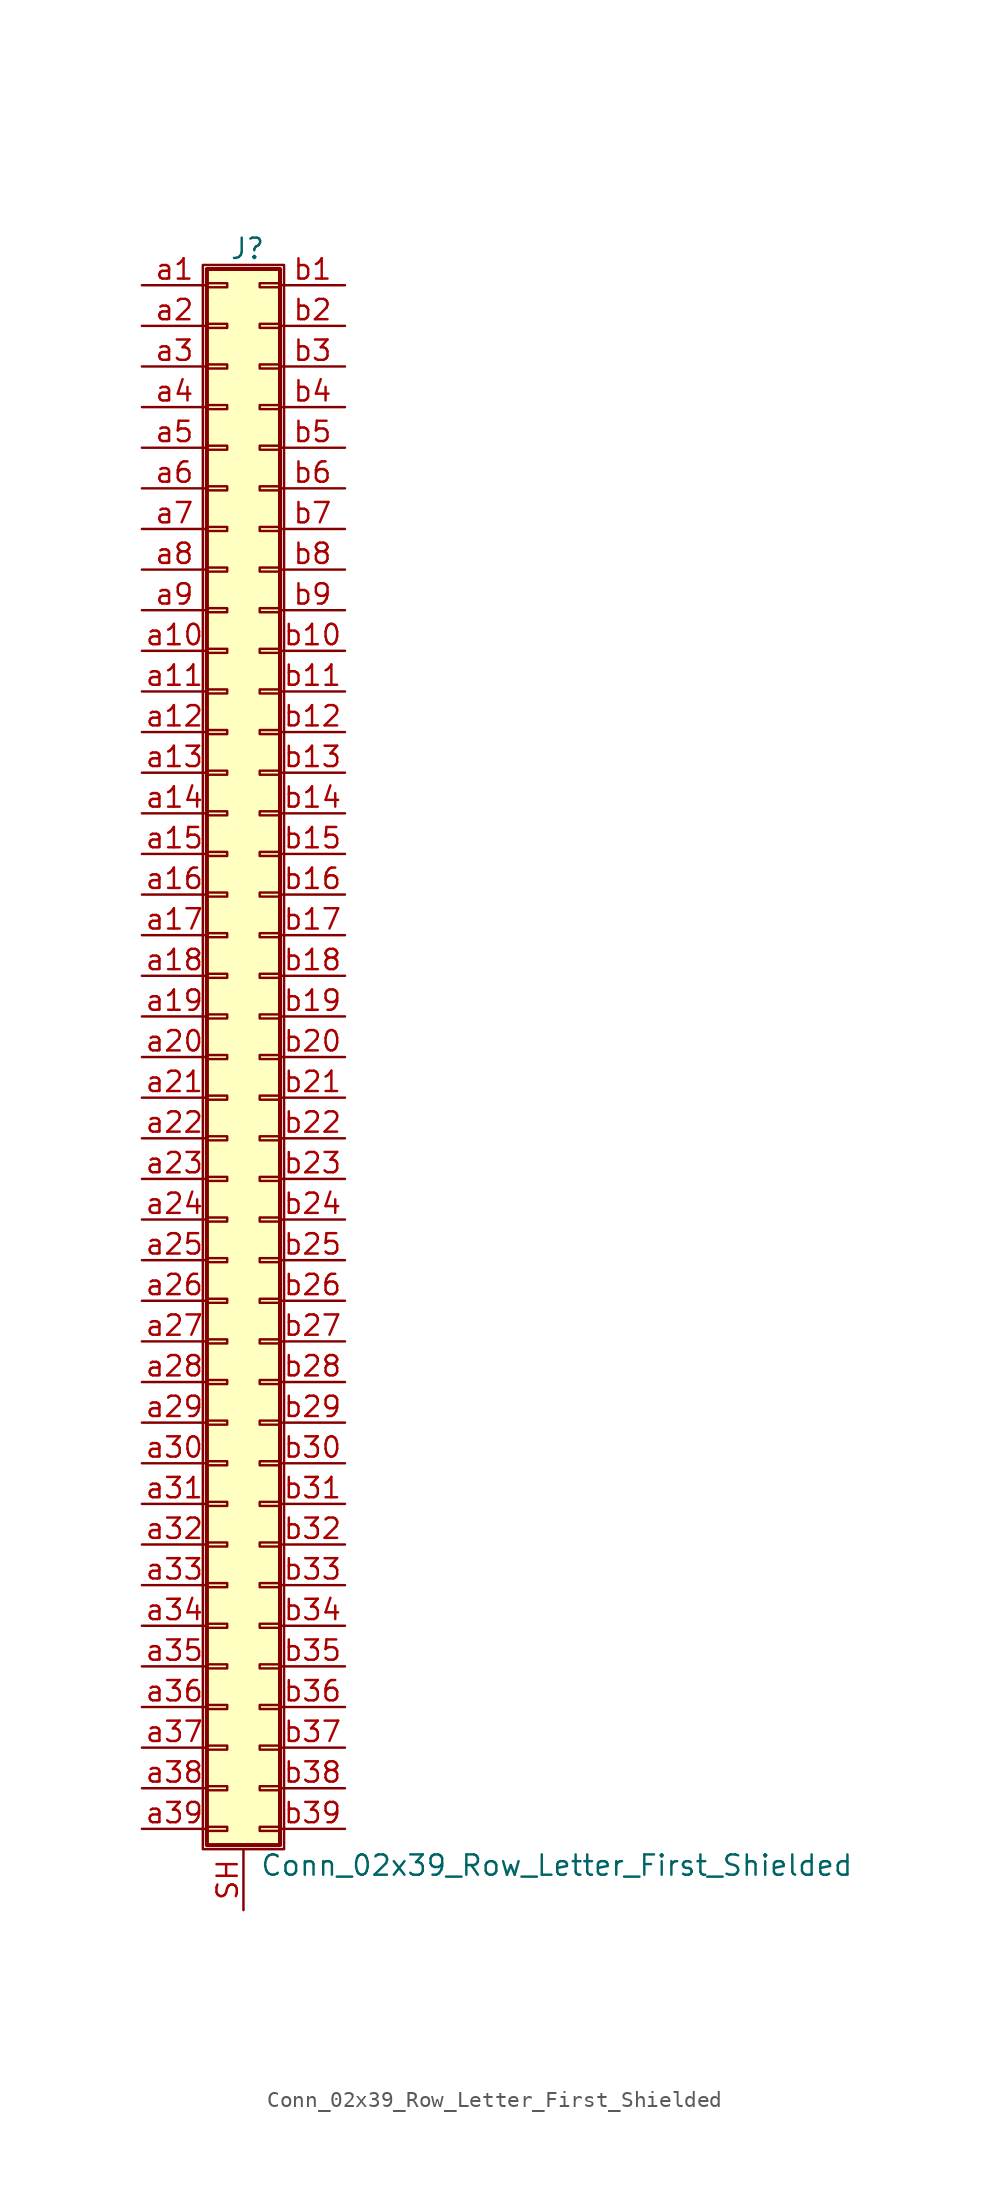
<source format=kicad_sym>
(kicad_symbol_lib
  (version 20201005)
  (generator kicad_symbol_editor)
  (symbol "Conn_02x39_Row_Letter_First_Shielded"
    (pin_names
      (offset 1.016) hide)
    (property "Reference" "J"
      (at 1.524 50.546 0)
      (effects (font (size 1.27 1.27))))
    (property "Value" "Conn_02x39_Row_Letter_First_Shielded"
      (at 2.286 -50.546 0)
      (effects (font (size 1.27 1.27)) (justify left)))
    (symbol "Conn_02x39_Row_Letter_First_Shielded_1_1"
      (rectangle (start -1.27 49.53) (end 3.81 -49.53) (stroke (width 0.152)) (fill (type none)))
      (rectangle (start -1.016 -48.133) (end 0.254 -48.387) (stroke (width 0.152)) (fill (type none)))
      (rectangle (start -1.016 -45.593) (end 0.254 -45.847) (stroke (width 0.152)) (fill (type none)))
      (rectangle (start -1.016 -43.053) (end 0.254 -43.307) (stroke (width 0.152)) (fill (type none)))
      (rectangle (start -1.016 -40.513) (end 0.254 -40.767) (stroke (width 0.152)) (fill (type none)))
      (rectangle (start -1.016 -37.973) (end 0.254 -38.227) (stroke (width 0.152)) (fill (type none)))
      (rectangle (start -1.016 -35.433) (end 0.254 -35.687) (stroke (width 0.152)) (fill (type none)))
      (rectangle (start -1.016 -32.893) (end 0.254 -33.147) (stroke (width 0.152)) (fill (type none)))
      (rectangle (start -1.016 -30.353) (end 0.254 -30.607) (stroke (width 0.152)) (fill (type none)))
      (rectangle (start -1.016 -27.813) (end 0.254 -28.067) (stroke (width 0.152)) (fill (type none)))
      (rectangle (start -1.016 -25.273) (end 0.254 -25.527) (stroke (width 0.152)) (fill (type none)))
      (rectangle (start -1.016 -22.733) (end 0.254 -22.987) (stroke (width 0.152)) (fill (type none)))
      (rectangle (start -1.016 -20.193) (end 0.254 -20.447) (stroke (width 0.152)) (fill (type none)))
      (rectangle (start -1.016 -17.653) (end 0.254 -17.907) (stroke (width 0.152)) (fill (type none)))
      (rectangle (start -1.016 -15.113) (end 0.254 -15.367) (stroke (width 0.152)) (fill (type none)))
      (rectangle (start -1.016 -12.573) (end 0.254 -12.827) (stroke (width 0.152)) (fill (type none)))
      (rectangle (start -1.016 -10.033) (end 0.254 -10.287) (stroke (width 0.152)) (fill (type none)))
      (rectangle (start -1.016 -7.493) (end 0.254 -7.747) (stroke (width 0.152)) (fill (type none)))
      (rectangle (start -1.016 -4.953) (end 0.254 -5.207) (stroke (width 0.152)) (fill (type none)))
      (rectangle (start -1.016 -2.413) (end 0.254 -2.667) (stroke (width 0.152)) (fill (type none)))
      (rectangle (start -1.016 0.127) (end 0.254 -0.127) (stroke (width 0.152)) (fill (type none)))
      (rectangle (start -1.016 2.667) (end 0.254 2.413) (stroke (width 0.152)) (fill (type none)))
      (rectangle (start -1.016 5.207) (end 0.254 4.953) (stroke (width 0.152)) (fill (type none)))
      (rectangle (start -1.016 7.747) (end 0.254 7.493) (stroke (width 0.152)) (fill (type none)))
      (rectangle (start -1.016 10.287) (end 0.254 10.033) (stroke (width 0.152)) (fill (type none)))
      (rectangle (start -1.016 12.827) (end 0.254 12.573) (stroke (width 0.152)) (fill (type none)))
      (rectangle (start -1.016 15.367) (end 0.254 15.113) (stroke (width 0.152)) (fill (type none)))
      (rectangle (start -1.016 17.907) (end 0.254 17.653) (stroke (width 0.152)) (fill (type none)))
      (rectangle (start -1.016 20.447) (end 0.254 20.193) (stroke (width 0.152)) (fill (type none)))
      (rectangle (start -1.016 22.987) (end 0.254 22.733) (stroke (width 0.152)) (fill (type none)))
      (rectangle (start -1.016 25.527) (end 0.254 25.273) (stroke (width 0.152)) (fill (type none)))
      (rectangle (start -1.016 28.067) (end 0.254 27.813) (stroke (width 0.152)) (fill (type none)))
      (rectangle (start -1.016 30.607) (end 0.254 30.353) (stroke (width 0.152)) (fill (type none)))
      (rectangle (start -1.016 33.147) (end 0.254 32.893) (stroke (width 0.152)) (fill (type none)))
      (rectangle (start -1.016 35.687) (end 0.254 35.433) (stroke (width 0.152)) (fill (type none)))
      (rectangle (start -1.016 38.227) (end 0.254 37.973) (stroke (width 0.152)) (fill (type none)))
      (rectangle (start -1.016 40.767) (end 0.254 40.513) (stroke (width 0.152)) (fill (type none)))
      (rectangle (start -1.016 43.307) (end 0.254 43.053) (stroke (width 0.152)) (fill (type none)))
      (rectangle (start -1.016 45.847) (end 0.254 45.593) (stroke (width 0.152)) (fill (type none)))
      (rectangle (start -1.016 48.387) (end 0.254 48.133) (stroke (width 0.152)) (fill (type none)))
      (rectangle (start -1.016 49.276) (end 3.556 -49.276) (stroke (width 0.254)) (fill (type background)))
      (rectangle (start 3.556 -48.133) (end 2.286 -48.387) (stroke (width 0.152)) (fill (type none)))
      (rectangle (start 3.556 -45.593) (end 2.286 -45.847) (stroke (width 0.152)) (fill (type none)))
      (rectangle (start 3.556 -43.053) (end 2.286 -43.307) (stroke (width 0.152)) (fill (type none)))
      (rectangle (start 3.556 -40.513) (end 2.286 -40.767) (stroke (width 0.152)) (fill (type none)))
      (rectangle (start 3.556 -37.973) (end 2.286 -38.227) (stroke (width 0.152)) (fill (type none)))
      (rectangle (start 3.556 -35.433) (end 2.286 -35.687) (stroke (width 0.152)) (fill (type none)))
      (rectangle (start 3.556 -32.893) (end 2.286 -33.147) (stroke (width 0.152)) (fill (type none)))
      (rectangle (start 3.556 -30.353) (end 2.286 -30.607) (stroke (width 0.152)) (fill (type none)))
      (rectangle (start 3.556 -27.813) (end 2.286 -28.067) (stroke (width 0.152)) (fill (type none)))
      (rectangle (start 3.556 -25.273) (end 2.286 -25.527) (stroke (width 0.152)) (fill (type none)))
      (rectangle (start 3.556 -22.733) (end 2.286 -22.987) (stroke (width 0.152)) (fill (type none)))
      (rectangle (start 3.556 -20.193) (end 2.286 -20.447) (stroke (width 0.152)) (fill (type none)))
      (rectangle (start 3.556 -17.653) (end 2.286 -17.907) (stroke (width 0.152)) (fill (type none)))
      (rectangle (start 3.556 -15.113) (end 2.286 -15.367) (stroke (width 0.152)) (fill (type none)))
      (rectangle (start 3.556 -12.573) (end 2.286 -12.827) (stroke (width 0.152)) (fill (type none)))
      (rectangle (start 3.556 -10.033) (end 2.286 -10.287) (stroke (width 0.152)) (fill (type none)))
      (rectangle (start 3.556 -7.493) (end 2.286 -7.747) (stroke (width 0.152)) (fill (type none)))
      (rectangle (start 3.556 -4.953) (end 2.286 -5.207) (stroke (width 0.152)) (fill (type none)))
      (rectangle (start 3.556 -2.413) (end 2.286 -2.667) (stroke (width 0.152)) (fill (type none)))
      (rectangle (start 3.556 0.127) (end 2.286 -0.127) (stroke (width 0.152)) (fill (type none)))
      (rectangle (start 3.556 2.667) (end 2.286 2.413) (stroke (width 0.152)) (fill (type none)))
      (rectangle (start 3.556 5.207) (end 2.286 4.953) (stroke (width 0.152)) (fill (type none)))
      (rectangle (start 3.556 7.747) (end 2.286 7.493) (stroke (width 0.152)) (fill (type none)))
      (rectangle (start 3.556 10.287) (end 2.286 10.033) (stroke (width 0.152)) (fill (type none)))
      (rectangle (start 3.556 12.827) (end 2.286 12.573) (stroke (width 0.152)) (fill (type none)))
      (rectangle (start 3.556 15.367) (end 2.286 15.113) (stroke (width 0.152)) (fill (type none)))
      (rectangle (start 3.556 17.907) (end 2.286 17.653) (stroke (width 0.152)) (fill (type none)))
      (rectangle (start 3.556 20.447) (end 2.286 20.193) (stroke (width 0.152)) (fill (type none)))
      (rectangle (start 3.556 22.987) (end 2.286 22.733) (stroke (width 0.152)) (fill (type none)))
      (rectangle (start 3.556 25.527) (end 2.286 25.273) (stroke (width 0.152)) (fill (type none)))
      (rectangle (start 3.556 28.067) (end 2.286 27.813) (stroke (width 0.152)) (fill (type none)))
      (rectangle (start 3.556 30.607) (end 2.286 30.353) (stroke (width 0.152)) (fill (type none)))
      (rectangle (start 3.556 33.147) (end 2.286 32.893) (stroke (width 0.152)) (fill (type none)))
      (rectangle (start 3.556 35.687) (end 2.286 35.433) (stroke (width 0.152)) (fill (type none)))
      (rectangle (start 3.556 38.227) (end 2.286 37.973) (stroke (width 0.152)) (fill (type none)))
      (rectangle (start 3.556 40.767) (end 2.286 40.513) (stroke (width 0.152)) (fill (type none)))
      (rectangle (start 3.556 43.307) (end 2.286 43.053) (stroke (width 0.152)) (fill (type none)))
      (rectangle (start 3.556 45.847) (end 2.286 45.593) (stroke (width 0.152)) (fill (type none)))
      (rectangle (start 3.556 48.387) (end 2.286 48.133) (stroke (width 0.152)) (fill (type none)))
      (pin passive line (at 1.27 -53.34 90) (length 3.81) (name "Shield" (effects (font (size 1.27 1.27)))) (number "SH" (effects (font (size 1.27 1.27)))))
      (pin passive line (at -5.08 48.26 0) (length 4.064) (name "Pin_a1" (effects (font (size 1.27 1.27)))) (number "a1" (effects (font (size 1.27 1.27)))))
      (pin passive line (at -5.08 25.4 0) (length 4.064) (name "Pin_a10" (effects (font (size 1.27 1.27)))) (number "a10" (effects (font (size 1.27 1.27)))))
      (pin passive line (at -5.08 22.86 0) (length 4.064) (name "Pin_a11" (effects (font (size 1.27 1.27)))) (number "a11" (effects (font (size 1.27 1.27)))))
      (pin passive line (at -5.08 20.32 0) (length 4.064) (name "Pin_a12" (effects (font (size 1.27 1.27)))) (number "a12" (effects (font (size 1.27 1.27)))))
      (pin passive line (at -5.08 17.78 0) (length 4.064) (name "Pin_a13" (effects (font (size 1.27 1.27)))) (number "a13" (effects (font (size 1.27 1.27)))))
      (pin passive line (at -5.08 15.24 0) (length 4.064) (name "Pin_a14" (effects (font (size 1.27 1.27)))) (number "a14" (effects (font (size 1.27 1.27)))))
      (pin passive line (at -5.08 12.7 0) (length 4.064) (name "Pin_a15" (effects (font (size 1.27 1.27)))) (number "a15" (effects (font (size 1.27 1.27)))))
      (pin passive line (at -5.08 10.16 0) (length 4.064) (name "Pin_a16" (effects (font (size 1.27 1.27)))) (number "a16" (effects (font (size 1.27 1.27)))))
      (pin passive line (at -5.08 7.62 0) (length 4.064) (name "Pin_a17" (effects (font (size 1.27 1.27)))) (number "a17" (effects (font (size 1.27 1.27)))))
      (pin passive line (at -5.08 5.08 0) (length 4.064) (name "Pin_a18" (effects (font (size 1.27 1.27)))) (number "a18" (effects (font (size 1.27 1.27)))))
      (pin passive line (at -5.08 2.54 0) (length 4.064) (name "Pin_a19" (effects (font (size 1.27 1.27)))) (number "a19" (effects (font (size 1.27 1.27)))))
      (pin passive line (at -5.08 45.72 0) (length 4.064) (name "Pin_a2" (effects (font (size 1.27 1.27)))) (number "a2" (effects (font (size 1.27 1.27)))))
      (pin passive line (at -5.08 0 0) (length 4.064) (name "Pin_a20" (effects (font (size 1.27 1.27)))) (number "a20" (effects (font (size 1.27 1.27)))))
      (pin passive line (at -5.08 -2.54 0) (length 4.064) (name "Pin_a21" (effects (font (size 1.27 1.27)))) (number "a21" (effects (font (size 1.27 1.27)))))
      (pin passive line (at -5.08 -5.08 0) (length 4.064) (name "Pin_a22" (effects (font (size 1.27 1.27)))) (number "a22" (effects (font (size 1.27 1.27)))))
      (pin passive line (at -5.08 -7.62 0) (length 4.064) (name "Pin_a23" (effects (font (size 1.27 1.27)))) (number "a23" (effects (font (size 1.27 1.27)))))
      (pin passive line (at -5.08 -10.16 0) (length 4.064) (name "Pin_a24" (effects (font (size 1.27 1.27)))) (number "a24" (effects (font (size 1.27 1.27)))))
      (pin passive line (at -5.08 -12.7 0) (length 4.064) (name "Pin_a25" (effects (font (size 1.27 1.27)))) (number "a25" (effects (font (size 1.27 1.27)))))
      (pin passive line (at -5.08 -15.24 0) (length 4.064) (name "Pin_a26" (effects (font (size 1.27 1.27)))) (number "a26" (effects (font (size 1.27 1.27)))))
      (pin passive line (at -5.08 -17.78 0) (length 4.064) (name "Pin_a27" (effects (font (size 1.27 1.27)))) (number "a27" (effects (font (size 1.27 1.27)))))
      (pin passive line (at -5.08 -20.32 0) (length 4.064) (name "Pin_a28" (effects (font (size 1.27 1.27)))) (number "a28" (effects (font (size 1.27 1.27)))))
      (pin passive line (at -5.08 -22.86 0) (length 4.064) (name "Pin_a29" (effects (font (size 1.27 1.27)))) (number "a29" (effects (font (size 1.27 1.27)))))
      (pin passive line (at -5.08 43.18 0) (length 4.064) (name "Pin_a3" (effects (font (size 1.27 1.27)))) (number "a3" (effects (font (size 1.27 1.27)))))
      (pin passive line (at -5.08 -25.4 0) (length 4.064) (name "Pin_a30" (effects (font (size 1.27 1.27)))) (number "a30" (effects (font (size 1.27 1.27)))))
      (pin passive line (at -5.08 -27.94 0) (length 4.064) (name "Pin_a31" (effects (font (size 1.27 1.27)))) (number "a31" (effects (font (size 1.27 1.27)))))
      (pin passive line (at -5.08 -30.48 0) (length 4.064) (name "Pin_a32" (effects (font (size 1.27 1.27)))) (number "a32" (effects (font (size 1.27 1.27)))))
      (pin passive line (at -5.08 -33.02 0) (length 4.064) (name "Pin_a33" (effects (font (size 1.27 1.27)))) (number "a33" (effects (font (size 1.27 1.27)))))
      (pin passive line (at -5.08 -35.56 0) (length 4.064) (name "Pin_a34" (effects (font (size 1.27 1.27)))) (number "a34" (effects (font (size 1.27 1.27)))))
      (pin passive line (at -5.08 -38.1 0) (length 4.064) (name "Pin_a35" (effects (font (size 1.27 1.27)))) (number "a35" (effects (font (size 1.27 1.27)))))
      (pin passive line (at -5.08 -40.64 0) (length 4.064) (name "Pin_a36" (effects (font (size 1.27 1.27)))) (number "a36" (effects (font (size 1.27 1.27)))))
      (pin passive line (at -5.08 -43.18 0) (length 4.064) (name "Pin_a37" (effects (font (size 1.27 1.27)))) (number "a37" (effects (font (size 1.27 1.27)))))
      (pin passive line (at -5.08 -45.72 0) (length 4.064) (name "Pin_a38" (effects (font (size 1.27 1.27)))) (number "a38" (effects (font (size 1.27 1.27)))))
      (pin passive line (at -5.08 -48.26 0) (length 4.064) (name "Pin_a39" (effects (font (size 1.27 1.27)))) (number "a39" (effects (font (size 1.27 1.27)))))
      (pin passive line (at -5.08 40.64 0) (length 4.064) (name "Pin_a4" (effects (font (size 1.27 1.27)))) (number "a4" (effects (font (size 1.27 1.27)))))
      (pin passive line (at -5.08 38.1 0) (length 4.064) (name "Pin_a5" (effects (font (size 1.27 1.27)))) (number "a5" (effects (font (size 1.27 1.27)))))
      (pin passive line (at -5.08 35.56 0) (length 4.064) (name "Pin_a6" (effects (font (size 1.27 1.27)))) (number "a6" (effects (font (size 1.27 1.27)))))
      (pin passive line (at -5.08 33.02 0) (length 4.064) (name "Pin_a7" (effects (font (size 1.27 1.27)))) (number "a7" (effects (font (size 1.27 1.27)))))
      (pin passive line (at -5.08 30.48 0) (length 4.064) (name "Pin_a8" (effects (font (size 1.27 1.27)))) (number "a8" (effects (font (size 1.27 1.27)))))
      (pin passive line (at -5.08 27.94 0) (length 4.064) (name "Pin_a9" (effects (font (size 1.27 1.27)))) (number "a9" (effects (font (size 1.27 1.27)))))
      (pin passive line (at 7.62 48.26 180) (length 4.064) (name "Pin_b1" (effects (font (size 1.27 1.27)))) (number "b1" (effects (font (size 1.27 1.27)))))
      (pin passive line (at 7.62 25.4 180) (length 4.064) (name "Pin_b10" (effects (font (size 1.27 1.27)))) (number "b10" (effects (font (size 1.27 1.27)))))
      (pin passive line (at 7.62 22.86 180) (length 4.064) (name "Pin_b11" (effects (font (size 1.27 1.27)))) (number "b11" (effects (font (size 1.27 1.27)))))
      (pin passive line (at 7.62 20.32 180) (length 4.064) (name "Pin_b12" (effects (font (size 1.27 1.27)))) (number "b12" (effects (font (size 1.27 1.27)))))
      (pin passive line (at 7.62 17.78 180) (length 4.064) (name "Pin_b13" (effects (font (size 1.27 1.27)))) (number "b13" (effects (font (size 1.27 1.27)))))
      (pin passive line (at 7.62 15.24 180) (length 4.064) (name "Pin_b14" (effects (font (size 1.27 1.27)))) (number "b14" (effects (font (size 1.27 1.27)))))
      (pin passive line (at 7.62 12.7 180) (length 4.064) (name "Pin_b15" (effects (font (size 1.27 1.27)))) (number "b15" (effects (font (size 1.27 1.27)))))
      (pin passive line (at 7.62 10.16 180) (length 4.064) (name "Pin_b16" (effects (font (size 1.27 1.27)))) (number "b16" (effects (font (size 1.27 1.27)))))
      (pin passive line (at 7.62 7.62 180) (length 4.064) (name "Pin_b17" (effects (font (size 1.27 1.27)))) (number "b17" (effects (font (size 1.27 1.27)))))
      (pin passive line (at 7.62 5.08 180) (length 4.064) (name "Pin_b18" (effects (font (size 1.27 1.27)))) (number "b18" (effects (font (size 1.27 1.27)))))
      (pin passive line (at 7.62 2.54 180) (length 4.064) (name "Pin_b19" (effects (font (size 1.27 1.27)))) (number "b19" (effects (font (size 1.27 1.27)))))
      (pin passive line (at 7.62 45.72 180) (length 4.064) (name "Pin_b2" (effects (font (size 1.27 1.27)))) (number "b2" (effects (font (size 1.27 1.27)))))
      (pin passive line (at 7.62 0 180) (length 4.064) (name "Pin_b20" (effects (font (size 1.27 1.27)))) (number "b20" (effects (font (size 1.27 1.27)))))
      (pin passive line (at 7.62 -2.54 180) (length 4.064) (name "Pin_b21" (effects (font (size 1.27 1.27)))) (number "b21" (effects (font (size 1.27 1.27)))))
      (pin passive line (at 7.62 -5.08 180) (length 4.064) (name "Pin_b22" (effects (font (size 1.27 1.27)))) (number "b22" (effects (font (size 1.27 1.27)))))
      (pin passive line (at 7.62 -7.62 180) (length 4.064) (name "Pin_b23" (effects (font (size 1.27 1.27)))) (number "b23" (effects (font (size 1.27 1.27)))))
      (pin passive line (at 7.62 -10.16 180) (length 4.064) (name "Pin_b24" (effects (font (size 1.27 1.27)))) (number "b24" (effects (font (size 1.27 1.27)))))
      (pin passive line (at 7.62 -12.7 180) (length 4.064) (name "Pin_b25" (effects (font (size 1.27 1.27)))) (number "b25" (effects (font (size 1.27 1.27)))))
      (pin passive line (at 7.62 -15.24 180) (length 4.064) (name "Pin_b26" (effects (font (size 1.27 1.27)))) (number "b26" (effects (font (size 1.27 1.27)))))
      (pin passive line (at 7.62 -17.78 180) (length 4.064) (name "Pin_b27" (effects (font (size 1.27 1.27)))) (number "b27" (effects (font (size 1.27 1.27)))))
      (pin passive line (at 7.62 -20.32 180) (length 4.064) (name "Pin_b28" (effects (font (size 1.27 1.27)))) (number "b28" (effects (font (size 1.27 1.27)))))
      (pin passive line (at 7.62 -22.86 180) (length 4.064) (name "Pin_b29" (effects (font (size 1.27 1.27)))) (number "b29" (effects (font (size 1.27 1.27)))))
      (pin passive line (at 7.62 43.18 180) (length 4.064) (name "Pin_b3" (effects (font (size 1.27 1.27)))) (number "b3" (effects (font (size 1.27 1.27)))))
      (pin passive line (at 7.62 -25.4 180) (length 4.064) (name "Pin_b30" (effects (font (size 1.27 1.27)))) (number "b30" (effects (font (size 1.27 1.27)))))
      (pin passive line (at 7.62 -27.94 180) (length 4.064) (name "Pin_b31" (effects (font (size 1.27 1.27)))) (number "b31" (effects (font (size 1.27 1.27)))))
      (pin passive line (at 7.62 -30.48 180) (length 4.064) (name "Pin_b32" (effects (font (size 1.27 1.27)))) (number "b32" (effects (font (size 1.27 1.27)))))
      (pin passive line (at 7.62 -33.02 180) (length 4.064) (name "Pin_b33" (effects (font (size 1.27 1.27)))) (number "b33" (effects (font (size 1.27 1.27)))))
      (pin passive line (at 7.62 -35.56 180) (length 4.064) (name "Pin_b34" (effects (font (size 1.27 1.27)))) (number "b34" (effects (font (size 1.27 1.27)))))
      (pin passive line (at 7.62 -38.1 180) (length 4.064) (name "Pin_b35" (effects (font (size 1.27 1.27)))) (number "b35" (effects (font (size 1.27 1.27)))))
      (pin passive line (at 7.62 -40.64 180) (length 4.064) (name "Pin_b36" (effects (font (size 1.27 1.27)))) (number "b36" (effects (font (size 1.27 1.27)))))
      (pin passive line (at 7.62 -43.18 180) (length 4.064) (name "Pin_b37" (effects (font (size 1.27 1.27)))) (number "b37" (effects (font (size 1.27 1.27)))))
      (pin passive line (at 7.62 -45.72 180) (length 4.064) (name "Pin_b38" (effects (font (size 1.27 1.27)))) (number "b38" (effects (font (size 1.27 1.27)))))
      (pin passive line (at 7.62 -48.26 180) (length 4.064) (name "Pin_b39" (effects (font (size 1.27 1.27)))) (number "b39" (effects (font (size 1.27 1.27)))))
      (pin passive line (at 7.62 40.64 180) (length 4.064) (name "Pin_b4" (effects (font (size 1.27 1.27)))) (number "b4" (effects (font (size 1.27 1.27)))))
      (pin passive line (at 7.62 38.1 180) (length 4.064) (name "Pin_b5" (effects (font (size 1.27 1.27)))) (number "b5" (effects (font (size 1.27 1.27)))))
      (pin passive line (at 7.62 35.56 180) (length 4.064) (name "Pin_b6" (effects (font (size 1.27 1.27)))) (number "b6" (effects (font (size 1.27 1.27)))))
      (pin passive line (at 7.62 33.02 180) (length 4.064) (name "Pin_b7" (effects (font (size 1.27 1.27)))) (number "b7" (effects (font (size 1.27 1.27)))))
      (pin passive line (at 7.62 30.48 180) (length 4.064) (name "Pin_b8" (effects (font (size 1.27 1.27)))) (number "b8" (effects (font (size 1.27 1.27)))))
      (pin passive line (at 7.62 27.94 180) (length 4.064) (name "Pin_b9" (effects (font (size 1.27 1.27)))) (number "b9" (effects (font (size 1.27 1.27))))))))
</source>
